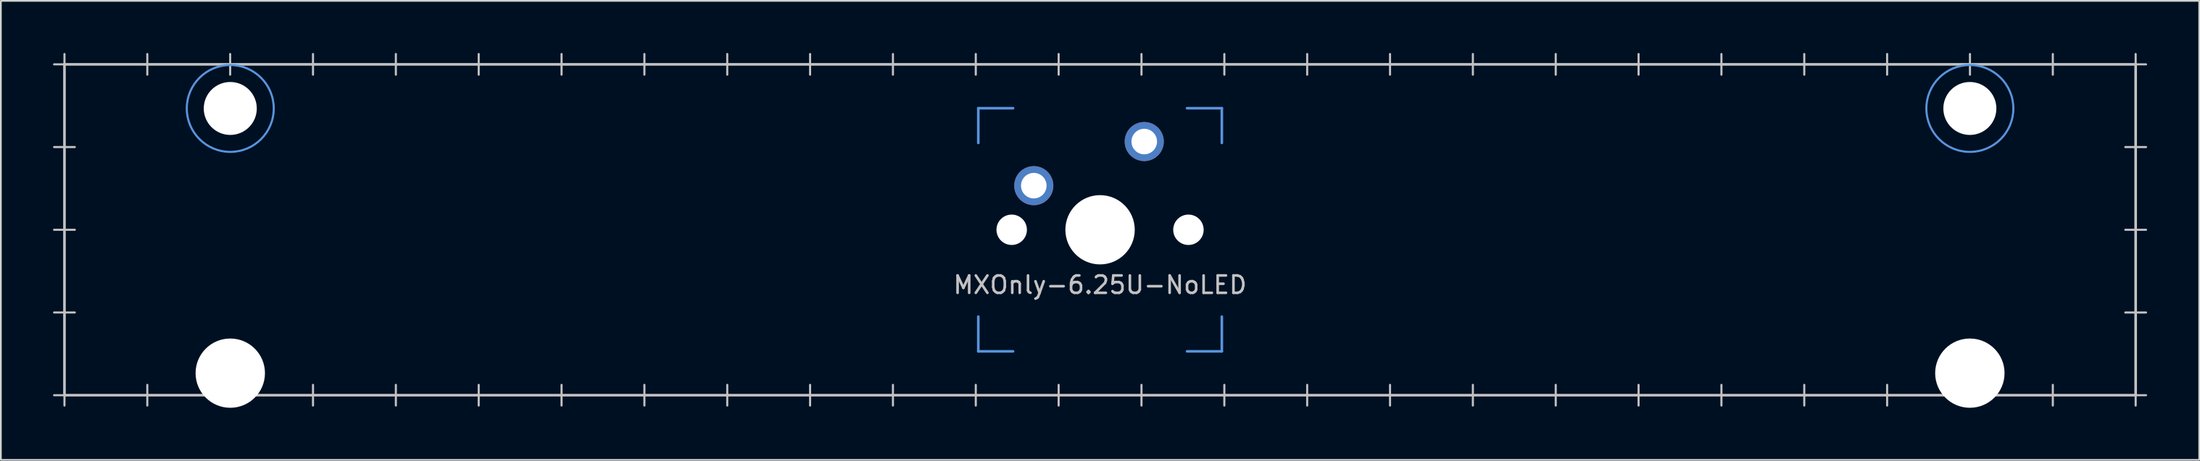
<source format=kicad_pcb>
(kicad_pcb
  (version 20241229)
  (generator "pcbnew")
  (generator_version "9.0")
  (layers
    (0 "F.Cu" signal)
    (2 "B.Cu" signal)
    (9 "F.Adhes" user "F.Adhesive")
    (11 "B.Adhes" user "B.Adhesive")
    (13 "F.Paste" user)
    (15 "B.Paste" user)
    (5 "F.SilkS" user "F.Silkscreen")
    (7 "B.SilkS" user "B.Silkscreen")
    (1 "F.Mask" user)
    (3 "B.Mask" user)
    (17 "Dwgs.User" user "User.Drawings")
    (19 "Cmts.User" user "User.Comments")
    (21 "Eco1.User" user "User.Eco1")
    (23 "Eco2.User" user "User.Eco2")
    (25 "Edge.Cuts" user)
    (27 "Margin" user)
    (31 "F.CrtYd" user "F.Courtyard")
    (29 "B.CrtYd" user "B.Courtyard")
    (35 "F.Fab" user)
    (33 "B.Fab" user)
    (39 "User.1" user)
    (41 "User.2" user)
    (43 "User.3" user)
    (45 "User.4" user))
  (footprint "MXOnly-6.25U-NoLED"
    (layer "F.Cu")
    (at 60.187 10.18)
    (property "Reference" "MXOnly-6.25U-NoLED" (at 0 3.175 0) (layer "Dwgs.User") (effects (font (size 1 1) (thickness 0.15))))
    (attr through_hole)
    (fp_line (start -60.127 -9.525) (end -59.531 -9.525) (stroke (width 0.12) (type solid)) (layer "Dwgs.User"))
    (fp_line (start -60.127 -0.000008) (end -58.936 -0.000008) (stroke (width 0.12) (type solid)) (layer "Dwgs.User"))
    (fp_line (start -60.127 4.762) (end -58.936 4.762) (stroke (width 0.12) (type solid)) (layer "Dwgs.User"))
    (fp_line (start -60.127 9.525) (end -59.531 9.525) (stroke (width 0.12) (type solid)) (layer "Dwgs.User"))
    (fp_line (start -59.531 10.12) (end -59.531 9.525) (stroke (width 0.12) (type solid)) (layer "Dwgs.User"))
    (fp_line (start -59.531 -10.12) (end -59.531 -9.525) (stroke (width 0.12) (type solid)) (layer "Dwgs.User"))
    (fp_line (start -59.531 -9.525) (end 59.531 -9.525) (stroke (width 0.15) (type solid)) (layer "Dwgs.User"))
    (fp_line (start -59.531 9.525) (end -59.531 -9.525) (stroke (width 0.15) (type solid)) (layer "Dwgs.User"))
    (fp_line (start -59.531 9.525) (end 59.531 9.525) (stroke (width 0.15) (type solid)) (layer "Dwgs.User"))
    (fp_line (start -58.936 -4.763) (end -60.127 -4.763) (stroke (width 0.12) (type solid)) (layer "Dwgs.User"))
    (fp_line (start -54.769 8.93) (end -54.769 10.12) (stroke (width 0.12) (type solid)) (layer "Dwgs.User"))
    (fp_line (start -54.769 -10.12) (end -54.769 -8.93) (stroke (width 0.12) (type solid)) (layer "Dwgs.User"))
    (fp_line (start -50.006 8.93) (end -50.006 10.12) (stroke (width 0.12) (type solid)) (layer "Dwgs.User"))
    (fp_line (start -50.006 -10.12) (end -50.006 -8.93) (stroke (width 0.12) (type solid)) (layer "Dwgs.User"))
    (fp_line (start -45.244 10.12) (end -45.244 8.93) (stroke (width 0.12) (type solid)) (layer "Dwgs.User"))
    (fp_line (start -45.244 -8.93) (end -45.244 -10.12) (stroke (width 0.12) (type solid)) (layer "Dwgs.User"))
    (fp_line (start -40.481 8.93) (end -40.481 10.12) (stroke (width 0.12) (type solid)) (layer "Dwgs.User"))
    (fp_line (start -40.481 -10.12) (end -40.481 -8.93) (stroke (width 0.12) (type solid)) (layer "Dwgs.User"))
    (fp_line (start -35.719 10.12) (end -35.719 8.93) (stroke (width 0.12) (type solid)) (layer "Dwgs.User"))
    (fp_line (start -35.719 -8.93) (end -35.719 -10.12) (stroke (width 0.12) (type solid)) (layer "Dwgs.User"))
    (fp_line (start -30.956 8.93) (end -30.956 10.12) (stroke (width 0.12) (type solid)) (layer "Dwgs.User"))
    (fp_line (start -30.956 -10.12) (end -30.956 -8.93) (stroke (width 0.12) (type solid)) (layer "Dwgs.User"))
    (fp_line (start -26.194 10.12) (end -26.194 8.93) (stroke (width 0.12) (type solid)) (layer "Dwgs.User"))
    (fp_line (start -26.194 -8.93) (end -26.194 -10.12) (stroke (width 0.12) (type solid)) (layer "Dwgs.User"))
    (fp_line (start -21.431 8.93) (end -21.431 10.12) (stroke (width 0.12) (type solid)) (layer "Dwgs.User"))
    (fp_line (start -21.431 -10.12) (end -21.431 -8.93) (stroke (width 0.12) (type solid)) (layer "Dwgs.User"))
    (fp_line (start -16.669 10.12) (end -16.669 8.93) (stroke (width 0.12) (type solid)) (layer "Dwgs.User"))
    (fp_line (start -16.669 -8.93) (end -16.669 -10.12) (stroke (width 0.12) (type solid)) (layer "Dwgs.User"))
    (fp_line (start -11.906 8.93) (end -11.906 10.12) (stroke (width 0.12) (type solid)) (layer "Dwgs.User"))
    (fp_line (start -11.906 -10.12) (end -11.906 -8.93) (stroke (width 0.12) (type solid)) (layer "Dwgs.User"))
    (fp_line (start -7.144 10.12) (end -7.144 8.93) (stroke (width 0.12) (type solid)) (layer "Dwgs.User"))
    (fp_line (start -7.144 -8.93) (end -7.144 -10.12) (stroke (width 0.12) (type solid)) (layer "Dwgs.User"))
    (fp_line (start -2.381 -8.93) (end -2.381 -10.12) (stroke (width 0.12) (type solid)) (layer "Dwgs.User"))
    (fp_line (start -2.381 10.12) (end -2.381 8.93) (stroke (width 0.12) (type solid)) (layer "Dwgs.User"))
    (fp_line (start 2.381 -10.12) (end 2.381 -8.93) (stroke (width 0.12) (type solid)) (layer "Dwgs.User"))
    (fp_line (start 2.381 8.93) (end 2.381 10.12) (stroke (width 0.12) (type solid)) (layer "Dwgs.User"))
    (fp_line (start 7.144 -8.93) (end 7.144 -10.12) (stroke (width 0.12) (type solid)) (layer "Dwgs.User"))
    (fp_line (start 7.144 10.12) (end 7.144 8.93) (stroke (width 0.12) (type solid)) (layer "Dwgs.User"))
    (fp_line (start 11.906 -10.12) (end 11.906 -8.93) (stroke (width 0.12) (type solid)) (layer "Dwgs.User"))
    (fp_line (start 11.906 8.93) (end 11.906 10.12) (stroke (width 0.12) (type solid)) (layer "Dwgs.User"))
    (fp_line (start 16.669 -8.93) (end 16.669 -10.12) (stroke (width 0.12) (type solid)) (layer "Dwgs.User"))
    (fp_line (start 16.669 10.12) (end 16.669 8.93) (stroke (width 0.12) (type solid)) (layer "Dwgs.User"))
    (fp_line (start 21.431 -10.12) (end 21.431 -8.93) (stroke (width 0.12) (type solid)) (layer "Dwgs.User"))
    (fp_line (start 21.431 8.93) (end 21.431 10.12) (stroke (width 0.12) (type solid)) (layer "Dwgs.User"))
    (fp_line (start 26.194 -8.93) (end 26.194 -10.12) (stroke (width 0.12) (type solid)) (layer "Dwgs.User"))
    (fp_line (start 26.194 10.12) (end 26.194 8.93) (stroke (width 0.12) (type solid)) (layer "Dwgs.User"))
    (fp_line (start 30.956 -10.12) (end 30.956 -8.93) (stroke (width 0.12) (type solid)) (layer "Dwgs.User"))
    (fp_line (start 30.956 8.93) (end 30.956 10.12) (stroke (width 0.12) (type solid)) (layer "Dwgs.User"))
    (fp_line (start 35.719 -8.93) (end 35.719 -10.12) (stroke (width 0.12) (type solid)) (layer "Dwgs.User"))
    (fp_line (start 35.719 10.12) (end 35.719 8.93) (stroke (width 0.12) (type solid)) (layer "Dwgs.User"))
    (fp_line (start 40.481 -10.12) (end 40.481 -8.93) (stroke (width 0.12) (type solid)) (layer "Dwgs.User"))
    (fp_line (start 40.481 8.93) (end 40.481 10.12) (stroke (width 0.12) (type solid)) (layer "Dwgs.User"))
    (fp_line (start 45.244 -8.93) (end 45.244 -10.12) (stroke (width 0.12) (type solid)) (layer "Dwgs.User"))
    (fp_line (start 45.244 10.12) (end 45.244 8.93) (stroke (width 0.12) (type solid)) (layer "Dwgs.User"))
    (fp_line (start 50.006 -10.12) (end 50.006 -8.93) (stroke (width 0.12) (type solid)) (layer "Dwgs.User"))
    (fp_line (start 50.006 8.93) (end 50.006 10.12) (stroke (width 0.12) (type solid)) (layer "Dwgs.User"))
    (fp_line (start 54.769 -8.93) (end 54.769 -10.12) (stroke (width 0.12) (type solid)) (layer "Dwgs.User"))
    (fp_line (start 54.769 10.12) (end 54.769 8.93) (stroke (width 0.12) (type solid)) (layer "Dwgs.User"))
    (fp_line (start 58.936 4.763) (end 60.127 4.763) (stroke (width 0.12) (type solid)) (layer "Dwgs.User"))
    (fp_line (start 59.531 -9.525) (end 59.531 9.525) (stroke (width 0.15) (type solid)) (layer "Dwgs.User"))
    (fp_line (start 59.531 10.12) (end 59.531 9.525) (stroke (width 0.12) (type solid)) (layer "Dwgs.User"))
    (fp_line (start 59.531 -10.12) (end 59.531 -9.525) (stroke (width 0.12) (type solid)) (layer "Dwgs.User"))
    (fp_line (start 60.127 -9.525) (end 59.531 -9.525) (stroke (width 0.12) (type solid)) (layer "Dwgs.User"))
    (fp_line (start 60.127 -4.763) (end 58.936 -4.763) (stroke (width 0.12) (type solid)) (layer "Dwgs.User"))
    (fp_line (start 60.127 0) (end 58.936 0) (stroke (width 0.12) (type solid)) (layer "Dwgs.User"))
    (fp_line (start 60.127 9.525) (end 59.531 9.525) (stroke (width 0.12) (type solid)) (layer "Dwgs.User"))
    (fp_line (start -7 -7) (end -7 -5) (stroke (width 0.15) (type solid)) (layer "Cmts.User"))
    (fp_line (start -7 7) (end -7 5) (stroke (width 0.15) (type solid)) (layer "Cmts.User"))
    (fp_line (start -5 -7) (end -7 -7) (stroke (width 0.15) (type solid)) (layer "Cmts.User"))
    (fp_line (start -5 7) (end -7 7) (stroke (width 0.15) (type solid)) (layer "Cmts.User"))
    (fp_line (start 5 -7) (end 7 -7) (stroke (width 0.15) (type solid)) (layer "Cmts.User"))
    (fp_line (start 7 -7) (end 7 -5) (stroke (width 0.15) (type solid)) (layer "Cmts.User"))
    (fp_line (start 7 5) (end 7 7) (stroke (width 0.15) (type solid)) (layer "Cmts.User"))
    (fp_line (start 7 7) (end 5 7) (stroke (width 0.15) (type solid)) (layer "Cmts.User"))
    (fp_circle (center -50 -6.985) (end -47.5 -6.985) (stroke (width 0.12) (type solid)) (fill no) (layer "Cmts.User"))
    (fp_circle (center 50 -6.985) (end 52.5 -6.985) (stroke (width 0.12) (type solid)) (fill no) (layer "Cmts.User"))
    (pad "" np_thru_hole circle (at -50 -6.985) (size 3.048 3.048) (drill 3.048) (layers "*.Cu" "*.Mask"))
    (pad "" np_thru_hole circle (at -50 8.255) (size 3.988 3.988) (drill 3.988) (layers "*.Cu" "*.Mask"))
    (pad "" np_thru_hole circle (at -5.08 0 48.1) (size 1.75 1.75) (drill 1.75) (layers "*.Cu" "*.Mask"))
    (pad "" np_thru_hole circle (at 0 0) (size 3.988 3.988) (drill 3.988) (layers "*.Cu" "*.Mask"))
    (pad "" np_thru_hole circle (at 5.08 0 48.1) (size 1.75 1.75) (drill 1.75) (layers "*.Cu" "*.Mask"))
    (pad "" np_thru_hole circle (at 50 -6.985) (size 3.048 3.048) (drill 3.048) (layers "*.Cu" "*.Mask"))
    (pad "" np_thru_hole circle (at 50 8.255) (size 3.988 3.988) (drill 3.988) (layers "*.Cu" "*.Mask"))
    (pad "1" thru_hole circle (at -3.81 -2.54) (size 2.25 2.25) (drill 1.47) (layers "*.Cu" "B.Mask"))
    (pad "2" thru_hole circle (at 2.54 -5.08) (size 2.25 2.25) (drill 1.47) (layers "*.Cu" "B.Mask")))
  (gr_rect
    (start -3 -3)
    (end 123.373 23.429)
    (stroke (width 0.1) (type default))
    (fill no)
    (layer "Edge.Cuts")))
</source>
